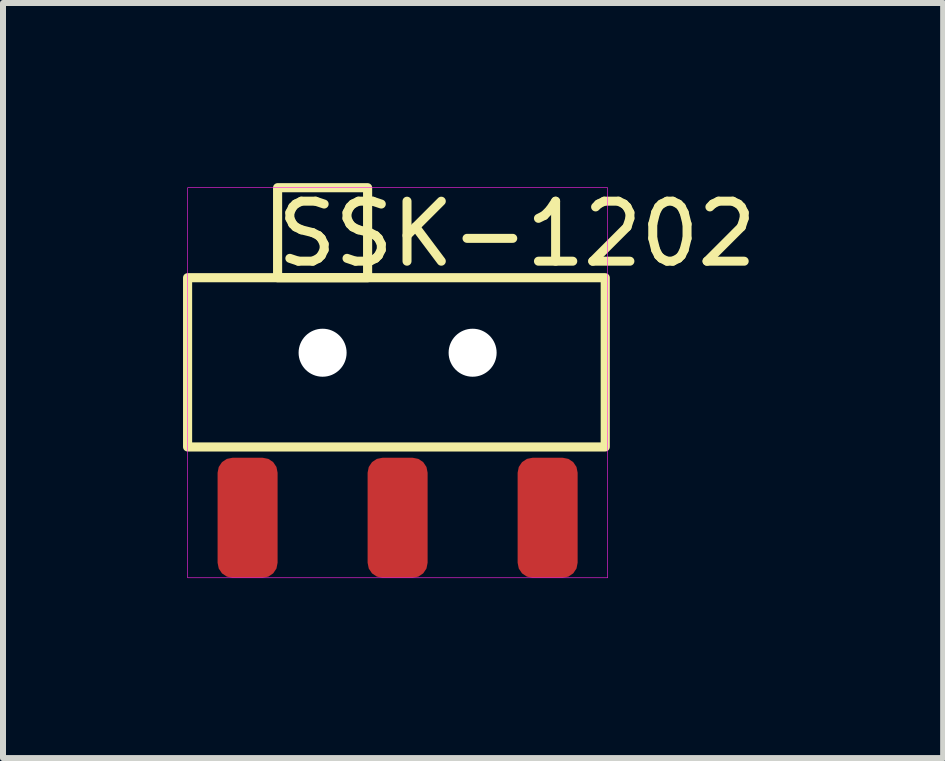
<source format=kicad_pcb>
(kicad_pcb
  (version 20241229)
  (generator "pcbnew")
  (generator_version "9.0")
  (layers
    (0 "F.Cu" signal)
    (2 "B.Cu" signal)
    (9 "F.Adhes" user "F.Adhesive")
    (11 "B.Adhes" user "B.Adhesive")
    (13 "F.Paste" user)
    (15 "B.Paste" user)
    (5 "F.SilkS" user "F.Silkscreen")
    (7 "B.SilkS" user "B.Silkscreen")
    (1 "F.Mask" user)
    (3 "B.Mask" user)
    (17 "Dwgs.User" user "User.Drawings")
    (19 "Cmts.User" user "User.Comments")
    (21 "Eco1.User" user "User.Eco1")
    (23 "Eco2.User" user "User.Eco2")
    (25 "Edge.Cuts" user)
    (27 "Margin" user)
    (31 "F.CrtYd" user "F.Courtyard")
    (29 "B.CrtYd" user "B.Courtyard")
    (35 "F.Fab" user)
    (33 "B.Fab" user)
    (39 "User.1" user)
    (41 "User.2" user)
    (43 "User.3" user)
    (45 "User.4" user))
  (footprint "SSK-1202"
    (layer "F.Cu")
    (at 3.576 5.578)
    (property "Reference" "SSK-1202" (at 1.99 -4.73 0) (unlocked yes) (layer "F.SilkS") (effects (font (size 1 1) (thickness 0.15))))
    (attr smd)
    (fp_rect (start -3.5 -1.18) (end 3.46 -4) (stroke (width 0.152) (type solid)) (fill no) (layer "F.SilkS"))
    (fp_rect (start -2 -5.5) (end -0.5 -4) (stroke (width 0.152) (type solid)) (fill no) (layer "F.SilkS"))
    (fp_rect (start -3.5 -5.5) (end 3.5 1) (stroke (width 0.01) (type solid)) (fill no) (layer "F.CrtYd"))
    (pad "" np_thru_hole circle (at -1.25 -2.75) (size 0.8 0.8) (drill 0.8) (layers "*.Cu" "*.Mask"))
    (pad "" np_thru_hole circle (at 1.25 -2.75) (size 0.8 0.8) (drill 0.8) (layers "*.Cu" "*.Mask"))
    (pad "1" smd roundrect (at -2.5 0) (size 1 2) (layers "F.Cu" "F.Mask" "F.Paste") (roundrect_rratio 0.25))
    (pad "2" smd roundrect (at 0 0) (size 1 2) (layers "F.Cu" "F.Mask" "F.Paste") (roundrect_rratio 0.25))
    (pad "3" smd roundrect (at 2.5 0) (size 1 2) (layers "F.Cu" "F.Mask" "F.Paste") (roundrect_rratio 0.25)))
  (gr_rect
    (start -3 -3)
    (end 12.667 9.583)
    (stroke (width 0.1) (type default))
    (fill no)
    (layer "Edge.Cuts")))
</source>
